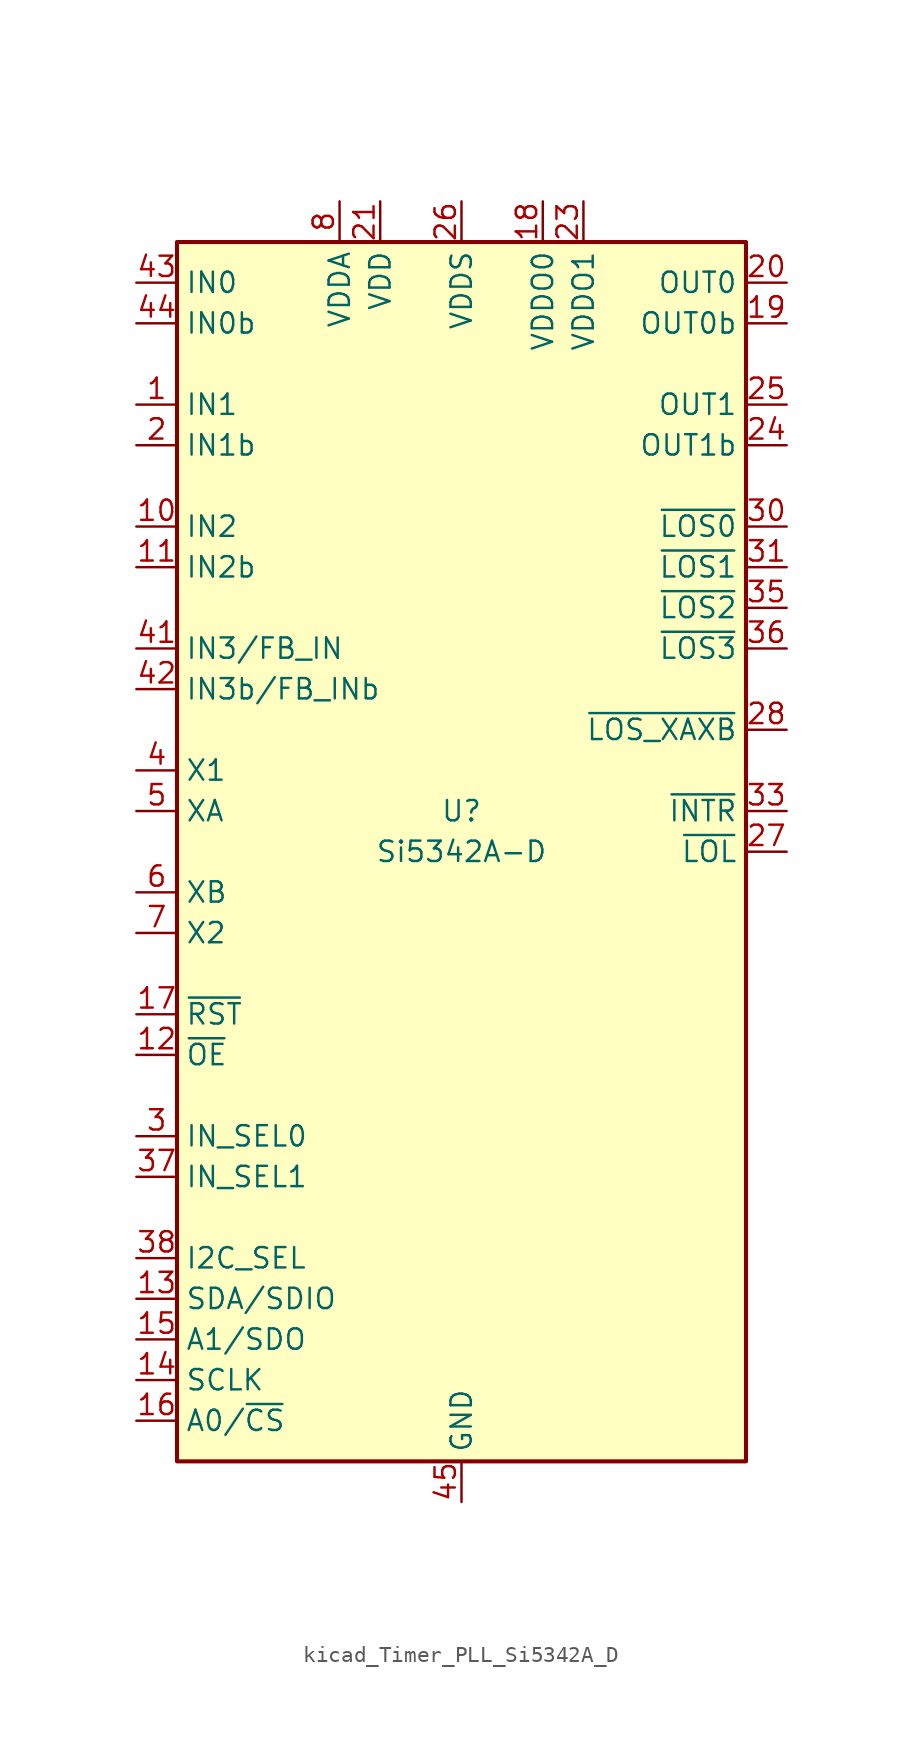
<source format=kicad_sym>
(kicad_symbol_lib
  (version 20220914)
  (generator kicad_symbol_editor)
  (symbol "kicad_Timer_PLL_Si5342A_D"
    (property "Reference" "U"
      (at 0 2.54 0)
      (effects (font (size 1.27 1.27))))
    (property "Value" "Si5342A-D"
      (at 0 0 0)
      (effects (font (size 1.27 1.27))))
    (symbol "kicad_Timer_PLL_Si5342A_D_0_1"
      (rectangle (start -17.78 38.1) (end 17.78 -38.1) (stroke (width 0.254) (type default)) (fill (type background))))
    (symbol "kicad_Timer_PLL_Si5342A_D_1_1"
      (pin input line (at -20.32 27.94 0) (length 2.54) (name "IN1" (effects (font (size 1.27 1.27)))) (number "1" (effects (font (size 1.27 1.27)))))
      (pin input line (at -20.32 20.32 0) (length 2.54) (name "IN2" (effects (font (size 1.27 1.27)))) (number "10" (effects (font (size 1.27 1.27)))))
      (pin input line (at -20.32 17.78 0) (length 2.54) (name "IN2b" (effects (font (size 1.27 1.27)))) (number "11" (effects (font (size 1.27 1.27)))))
      (pin input line (at -20.32 -12.7 0) (length 2.54) (name "~{OE}" (effects (font (size 1.27 1.27)))) (number "12" (effects (font (size 1.27 1.27)))))
      (pin bidirectional line (at -20.32 -27.94 0) (length 2.54) (name "SDA/SDIO" (effects (font (size 1.27 1.27)))) (number "13" (effects (font (size 1.27 1.27)))))
      (pin input line (at -20.32 -33.02 0) (length 2.54) (name "SCLK" (effects (font (size 1.27 1.27)))) (number "14" (effects (font (size 1.27 1.27)))))
      (pin bidirectional line (at -20.32 -30.48 0) (length 2.54) (name "A1/SDO" (effects (font (size 1.27 1.27)))) (number "15" (effects (font (size 1.27 1.27)))))
      (pin input line (at -20.32 -35.56 0) (length 2.54) (name "A0/~{CS}" (effects (font (size 1.27 1.27)))) (number "16" (effects (font (size 1.27 1.27)))))
      (pin input line (at -20.32 -10.16 0) (length 2.54) (name "~{RST}" (effects (font (size 1.27 1.27)))) (number "17" (effects (font (size 1.27 1.27)))))
      (pin power_in line (at 5.08 40.64 270) (length 2.54) (name "VDDO0" (effects (font (size 1.27 1.27)))) (number "18" (effects (font (size 1.27 1.27)))))
      (pin output line (at 20.32 33.02 180) (length 2.54) (name "OUT0b" (effects (font (size 1.27 1.27)))) (number "19" (effects (font (size 1.27 1.27)))))
      (pin input line (at -20.32 25.4 0) (length 2.54) (name "IN1b" (effects (font (size 1.27 1.27)))) (number "2" (effects (font (size 1.27 1.27)))))
      (pin output line (at 20.32 35.56 180) (length 2.54) (name "OUT0" (effects (font (size 1.27 1.27)))) (number "20" (effects (font (size 1.27 1.27)))))
      (pin power_in line (at -5.08 40.64 270) (length 2.54) (name "VDD" (effects (font (size 1.27 1.27)))) (number "21" (effects (font (size 1.27 1.27)))))
      (pin no_connect line (at 17.78 -35.56 180) (length 2.54) hide (name "NC" (effects (font (size 1.27 1.27)))) (number "22" (effects (font (size 1.27 1.27)))))
      (pin power_in line (at 7.62 40.64 270) (length 2.54) (name "VDDO1" (effects (font (size 1.27 1.27)))) (number "23" (effects (font (size 1.27 1.27)))))
      (pin output line (at 20.32 25.4 180) (length 2.54) (name "OUT1b" (effects (font (size 1.27 1.27)))) (number "24" (effects (font (size 1.27 1.27)))))
      (pin output line (at 20.32 27.94 180) (length 2.54) (name "OUT1" (effects (font (size 1.27 1.27)))) (number "25" (effects (font (size 1.27 1.27)))))
      (pin power_in line (at 0 40.64 270) (length 2.54) (name "VDDS" (effects (font (size 1.27 1.27)))) (number "26" (effects (font (size 1.27 1.27)))))
      (pin output line (at 20.32 0 180) (length 2.54) (name "~{LOL}" (effects (font (size 1.27 1.27)))) (number "27" (effects (font (size 1.27 1.27)))))
      (pin output line (at 20.32 7.62 180) (length 2.54) (name "~{LOS_XAXB}" (effects (font (size 1.27 1.27)))) (number "28" (effects (font (size 1.27 1.27)))))
      (pin passive line (at 0 40.64 270) (length 2.54) hide (name "VDDS" (effects (font (size 1.27 1.27)))) (number "29" (effects (font (size 1.27 1.27)))))
      (pin input line (at -20.32 -17.78 0) (length 2.54) (name "IN_SEL0" (effects (font (size 1.27 1.27)))) (number "3" (effects (font (size 1.27 1.27)))))
      (pin output line (at 20.32 20.32 180) (length 2.54) (name "~{LOS0}" (effects (font (size 1.27 1.27)))) (number "30" (effects (font (size 1.27 1.27)))))
      (pin output line (at 20.32 17.78 180) (length 2.54) (name "~{LOS1}" (effects (font (size 1.27 1.27)))) (number "31" (effects (font (size 1.27 1.27)))))
      (pin passive line (at -5.08 40.64 270) (length 2.54) hide (name "VDD" (effects (font (size 1.27 1.27)))) (number "32" (effects (font (size 1.27 1.27)))))
      (pin output line (at 20.32 2.54 180) (length 2.54) (name "~{INTR}" (effects (font (size 1.27 1.27)))) (number "33" (effects (font (size 1.27 1.27)))))
      (pin passive line (at 0 40.64 270) (length 2.54) hide (name "VDDS" (effects (font (size 1.27 1.27)))) (number "34" (effects (font (size 1.27 1.27)))))
      (pin output line (at 20.32 15.24 180) (length 2.54) (name "~{LOS2}" (effects (font (size 1.27 1.27)))) (number "35" (effects (font (size 1.27 1.27)))))
      (pin output line (at 20.32 12.7 180) (length 2.54) (name "~{LOS3}" (effects (font (size 1.27 1.27)))) (number "36" (effects (font (size 1.27 1.27)))))
      (pin input line (at -20.32 -20.32 0) (length 2.54) (name "IN_SEL1" (effects (font (size 1.27 1.27)))) (number "37" (effects (font (size 1.27 1.27)))))
      (pin input line (at -20.32 -25.4 0) (length 2.54) (name "I2C_SEL" (effects (font (size 1.27 1.27)))) (number "38" (effects (font (size 1.27 1.27)))))
      (pin passive line (at -5.08 40.64 270) (length 2.54) hide (name "VDD" (effects (font (size 1.27 1.27)))) (number "39" (effects (font (size 1.27 1.27)))))
      (pin input line (at -20.32 5.08 0) (length 2.54) (name "X1" (effects (font (size 1.27 1.27)))) (number "4" (effects (font (size 1.27 1.27)))))
      (pin passive line (at -5.08 40.64 270) (length 2.54) hide (name "VDD" (effects (font (size 1.27 1.27)))) (number "40" (effects (font (size 1.27 1.27)))))
      (pin input line (at -20.32 12.7 0) (length 2.54) (name "IN3/FB_IN" (effects (font (size 1.27 1.27)))) (number "41" (effects (font (size 1.27 1.27)))))
      (pin input line (at -20.32 10.16 0) (length 2.54) (name "IN3b/FB_INb" (effects (font (size 1.27 1.27)))) (number "42" (effects (font (size 1.27 1.27)))))
      (pin input line (at -20.32 35.56 0) (length 2.54) (name "IN0" (effects (font (size 1.27 1.27)))) (number "43" (effects (font (size 1.27 1.27)))))
      (pin input line (at -20.32 33.02 0) (length 2.54) (name "IN0b" (effects (font (size 1.27 1.27)))) (number "44" (effects (font (size 1.27 1.27)))))
      (pin power_in line (at 0 -40.64 90) (length 2.54) (name "GND" (effects (font (size 1.27 1.27)))) (number "45" (effects (font (size 1.27 1.27)))))
      (pin input line (at -20.32 2.54 0) (length 2.54) (name "XA" (effects (font (size 1.27 1.27)))) (number "5" (effects (font (size 1.27 1.27)))))
      (pin input line (at -20.32 -2.54 0) (length 2.54) (name "XB" (effects (font (size 1.27 1.27)))) (number "6" (effects (font (size 1.27 1.27)))))
      (pin input line (at -20.32 -5.08 0) (length 2.54) (name "X2" (effects (font (size 1.27 1.27)))) (number "7" (effects (font (size 1.27 1.27)))))
      (pin power_in line (at -7.62 40.64 270) (length 2.54) (name "VDDA" (effects (font (size 1.27 1.27)))) (number "8" (effects (font (size 1.27 1.27)))))
      (pin passive line (at -7.62 40.64 270) (length 2.54) hide (name "VDDA" (effects (font (size 1.27 1.27)))) (number "9" (effects (font (size 1.27 1.27))))))))
</source>
